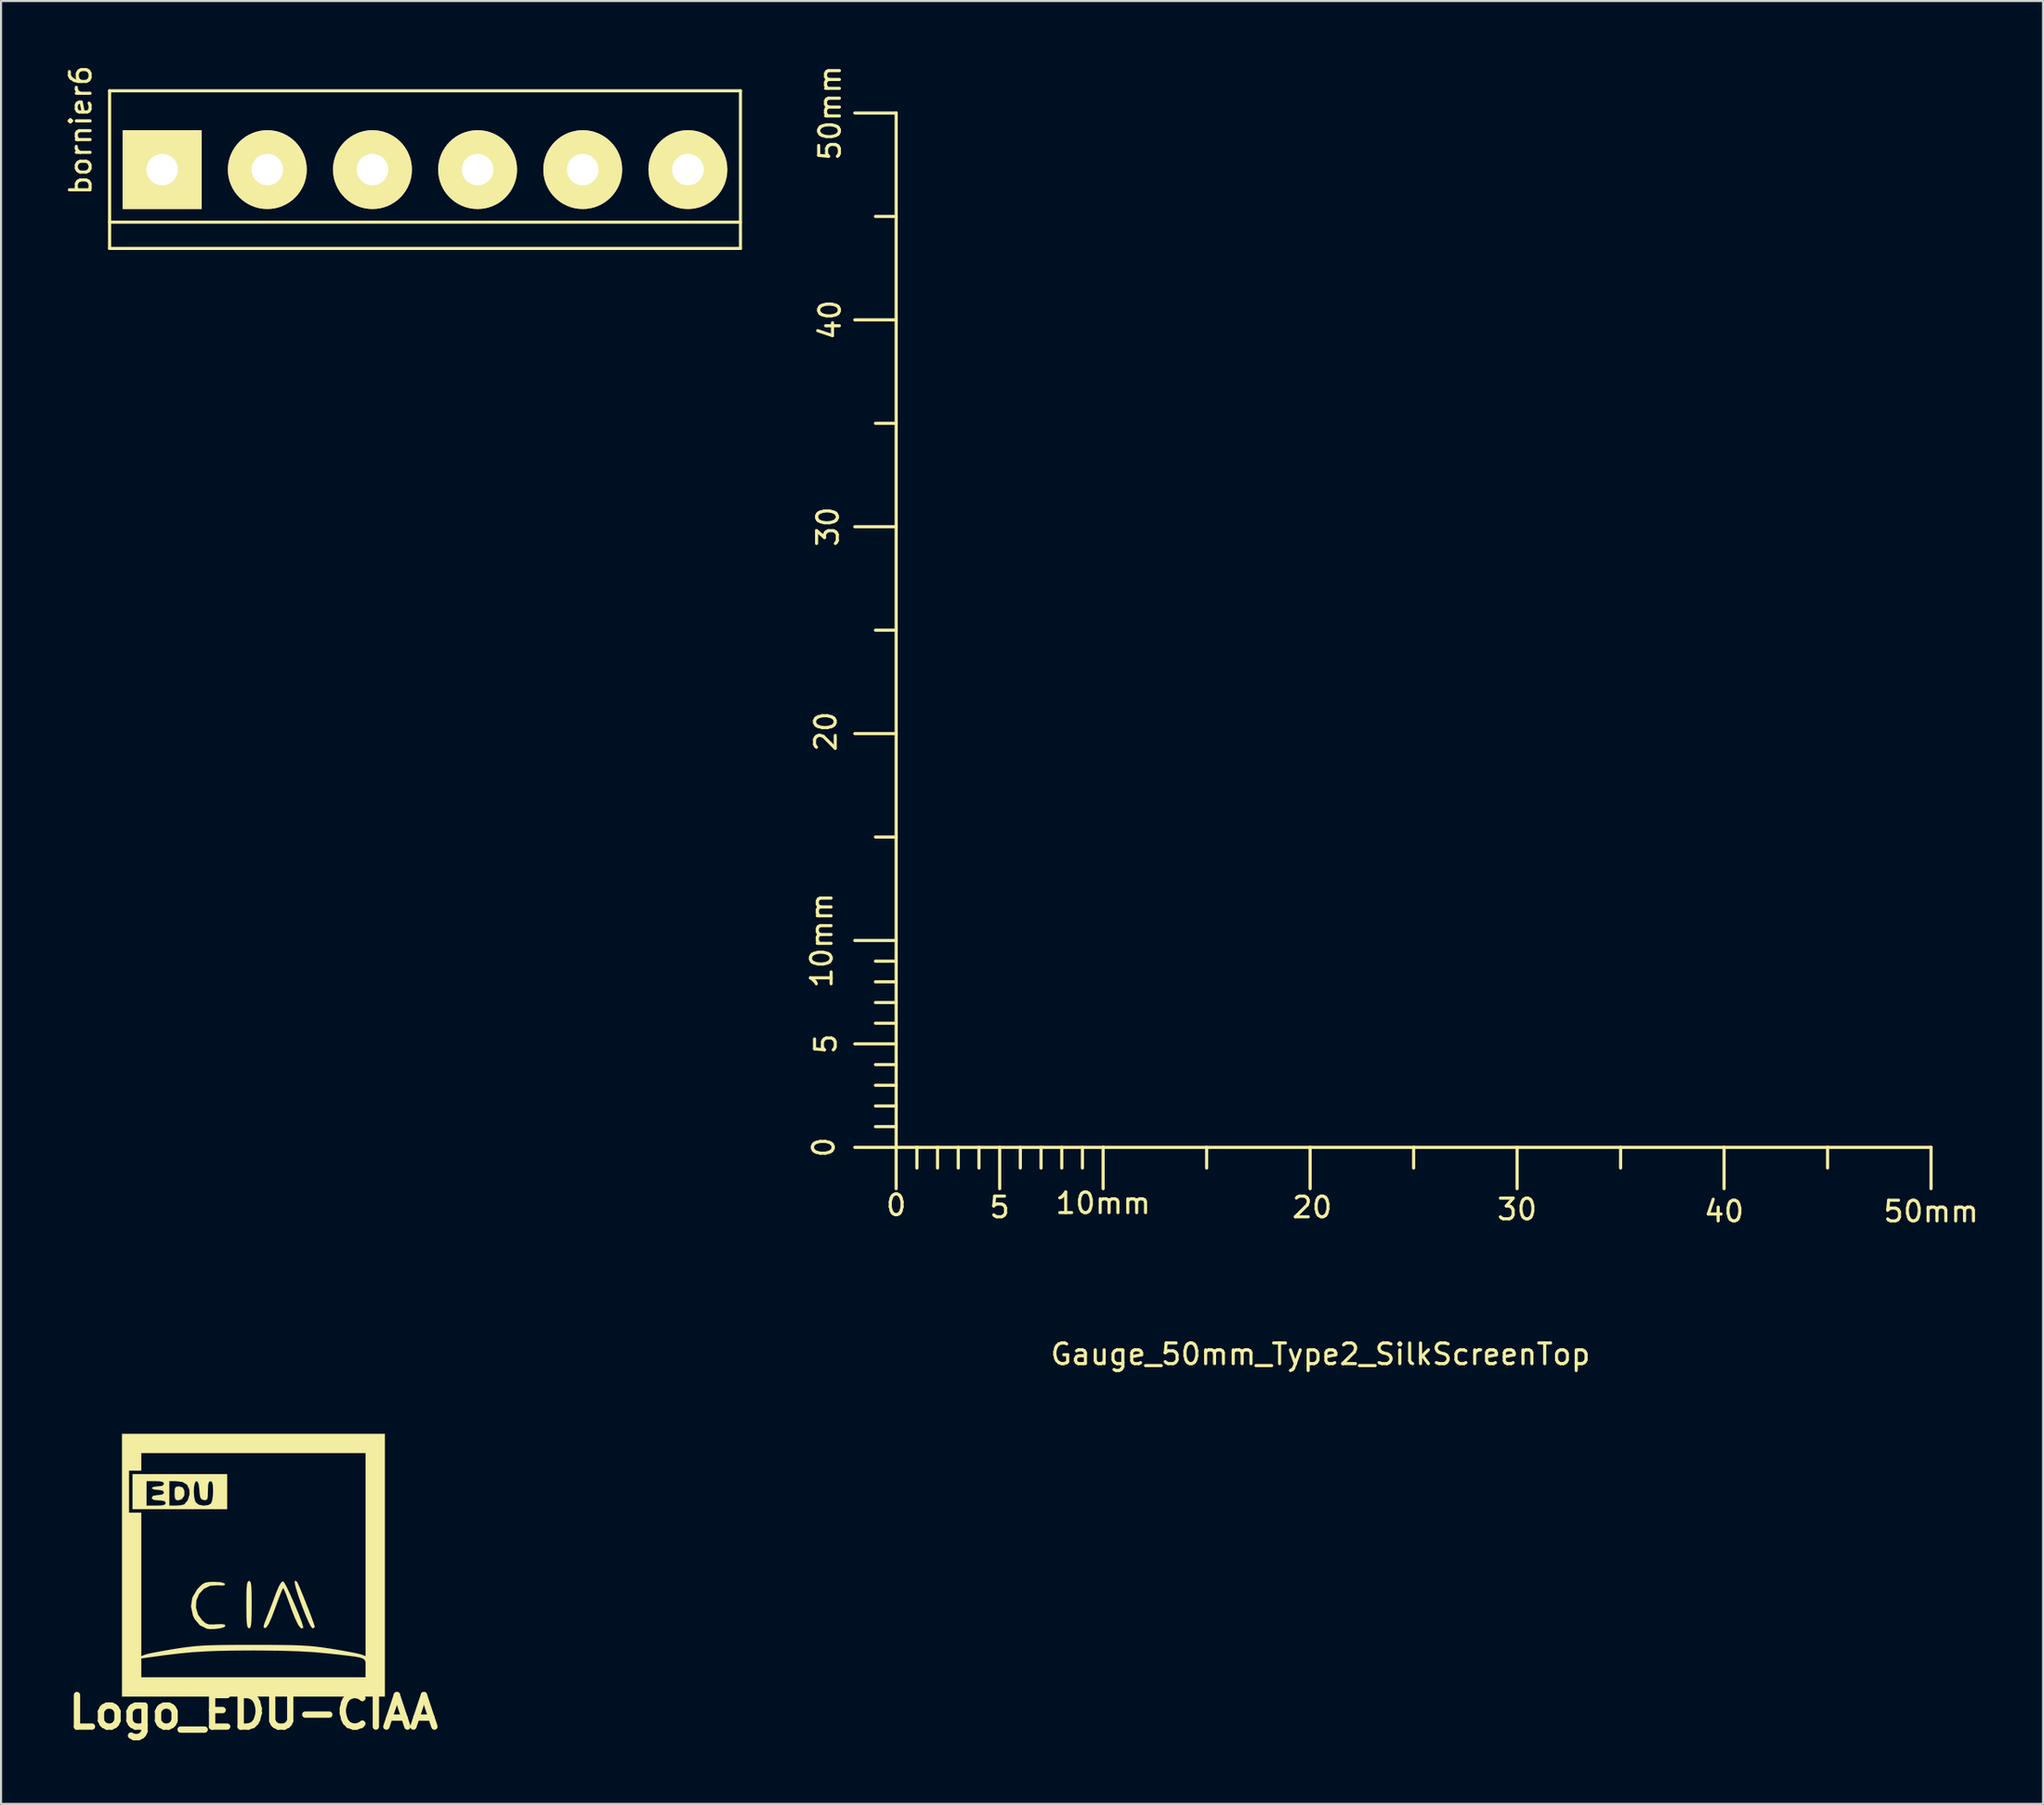
<source format=kicad_pcb>
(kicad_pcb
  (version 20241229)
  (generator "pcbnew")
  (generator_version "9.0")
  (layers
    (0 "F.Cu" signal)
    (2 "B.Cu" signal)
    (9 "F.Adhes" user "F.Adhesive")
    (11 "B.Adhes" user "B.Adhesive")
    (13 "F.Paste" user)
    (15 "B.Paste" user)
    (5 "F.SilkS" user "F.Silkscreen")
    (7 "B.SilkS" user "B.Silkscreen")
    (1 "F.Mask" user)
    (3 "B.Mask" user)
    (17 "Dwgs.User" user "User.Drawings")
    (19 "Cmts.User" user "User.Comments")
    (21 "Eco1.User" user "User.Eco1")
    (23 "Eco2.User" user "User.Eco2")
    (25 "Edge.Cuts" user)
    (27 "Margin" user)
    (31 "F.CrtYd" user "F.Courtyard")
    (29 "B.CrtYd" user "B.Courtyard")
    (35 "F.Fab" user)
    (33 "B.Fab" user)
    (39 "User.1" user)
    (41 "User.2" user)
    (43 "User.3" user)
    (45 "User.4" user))
  (footprint "Logo_EDU-CIAA"
    (layer "F.Cu")
    (at 9.195 72.613)
    (property "Reference" "Logo_EDU-CIAA" (at 0 7.112 0) (layer "F.SilkS") (effects (font (size 1.524 1.524) (thickness 0.305))))
    (attr through_hole)
    (fp_poly (pts (xy -3.338 -3.599) (xy -3.343 -3.358) (xy -3.47 -3.188) (xy -3.653 -3.134) (xy -3.757 -3.167) (xy -3.802 -3.292) (xy -3.81 -3.472) (xy -3.8 -3.691) (xy -3.744 -3.787) (xy -3.617 -3.81) (xy -3.602 -3.81) (xy -3.421 -3.759) (xy -3.338 -3.599)) (stroke (width 0.003) (type solid)) (fill yes) (layer "F.SilkS"))
    (fp_poly (pts (xy 2.962 2.987) (xy 2.896 3.043) (xy 2.852 3.048) (xy 2.784 2.972) (xy 2.672 2.758) (xy 2.53 2.436) (xy 2.37 2.029) (xy 2.337 1.941) (xy 2.151 1.415) (xy 2.037 1.041) (xy 1.991 0.818) (xy 2.017 0.744) (xy 2.106 0.808) (xy 2.159 0.912) (xy 2.256 1.133) (xy 2.383 1.443) (xy 2.525 1.796) (xy 2.67 2.162) (xy 2.797 2.499) (xy 2.898 2.776) (xy 2.954 2.949) (xy 2.962 2.987)) (stroke (width 0.003) (type solid)) (fill yes) (layer "F.SilkS"))
    (fp_poly (pts (xy -0.086 1.905) (xy -0.089 2.372) (xy -0.099 2.695) (xy -0.119 2.901) (xy -0.15 3.007) (xy -0.198 3.045) (xy -0.213 3.048) (xy -0.264 3.023) (xy -0.3 2.934) (xy -0.323 2.756) (xy -0.335 2.464) (xy -0.34 2.032) (xy -0.34 1.905) (xy -0.338 1.435) (xy -0.328 1.113) (xy -0.307 0.907) (xy -0.274 0.8) (xy -0.226 0.762) (xy -0.213 0.762) (xy -0.16 0.785) (xy -0.124 0.874) (xy -0.102 1.052) (xy -0.091 1.344) (xy -0.086 1.775) (xy -0.086 1.905)) (stroke (width 0.003) (type solid)) (fill yes) (layer "F.SilkS"))
    (fp_poly (pts (xy -1.364 2.949) (xy -1.42 2.992) (xy -1.582 3.043) (xy -1.831 3.078) (xy -2.085 3.089) (xy -2.24 3.073) (xy -2.593 2.898) (xy -2.847 2.591) (xy -2.921 2.436) (xy -3.018 1.986) (xy -2.949 1.56) (xy -2.715 1.166) (xy -2.667 1.113) (xy -2.492 0.937) (xy -2.334 0.846) (xy -2.123 0.81) (xy -1.902 0.805) (xy -1.58 0.823) (xy -1.405 0.876) (xy -1.379 0.909) (xy -1.402 0.97) (xy -1.552 0.983) (xy -1.709 0.968) (xy -2.088 0.991) (xy -2.398 1.143) (xy -2.629 1.392) (xy -2.758 1.704) (xy -2.779 2.05) (xy -2.675 2.395) (xy -2.477 2.664) (xy -2.319 2.802) (xy -2.159 2.863) (xy -1.93 2.868) (xy -1.801 2.857) (xy -1.519 2.85) (xy -1.369 2.883) (xy -1.364 2.949)) (stroke (width 0.003) (type solid)) (fill yes) (layer "F.SilkS"))
    (fp_poly (pts (xy 2.403 3.035) (xy 2.304 3.053) (xy 2.177 2.903) (xy 2.022 2.593) (xy 1.836 2.121) (xy 1.808 2.037) (xy 1.676 1.671) (xy 1.562 1.372) (xy 1.478 1.171) (xy 1.438 1.1) (xy 1.394 1.176) (xy 1.308 1.379) (xy 1.191 1.681) (xy 1.057 2.05) (xy 1.057 2.052) (xy 0.879 2.522) (xy 0.737 2.835) (xy 0.625 3) (xy 0.574 3.03) (xy 0.505 3.025) (xy 0.493 2.959) (xy 0.538 2.797) (xy 0.645 2.522) (xy 0.79 2.156) (xy 0.953 1.727) (xy 1.085 1.372) (xy 1.232 1.016) (xy 1.351 0.823) (xy 1.435 0.78) (xy 1.499 0.861) (xy 1.608 1.062) (xy 1.748 1.354) (xy 1.902 1.699) (xy 2.06 2.065) (xy 2.205 2.416) (xy 2.319 2.715) (xy 2.39 2.934) (xy 2.403 3.035)) (stroke (width 0.003) (type solid)) (fill yes) (layer "F.SilkS"))
    (fp_poly (pts (xy 6.35 6.35) (xy 5.42 6.35) (xy 5.42 4.801) (xy 5.418 4.737) (xy 5.418 4.397) (xy 5.418 -0.511) (xy 5.418 -5.42) (xy 0 -5.42) (xy -5.42 -5.42) (xy -5.42 -4.996) (xy -5.42 -4.572) (xy -5.715 -4.572) (xy -6.012 -4.572) (xy -6.012 -3.556) (xy -6.012 -2.54) (xy -5.715 -2.54) (xy -5.42 -2.54) (xy -5.42 0.927) (xy -5.42 4.397) (xy -5.215 4.318) (xy -5.06 4.277) (xy -4.773 4.219) (xy -4.392 4.148) (xy -3.952 4.072) (xy -3.797 4.046) (xy -3.424 3.988) (xy -3.081 3.945) (xy -2.741 3.909) (xy -2.375 3.884) (xy -1.956 3.868) (xy -1.455 3.858) (xy -0.846 3.853) (xy -0.097 3.851) (xy 0 3.851) (xy 0.765 3.853) (xy 1.389 3.858) (xy 1.902 3.866) (xy 2.329 3.884) (xy 2.7 3.907) (xy 3.04 3.94) (xy 3.381 3.983) (xy 3.749 4.039) (xy 3.795 4.046) (xy 4.244 4.122) (xy 4.651 4.196) (xy 4.973 4.26) (xy 5.177 4.308) (xy 5.212 4.318) (xy 5.418 4.397) (xy 5.418 4.737) (xy 5.415 4.676) (xy 5.382 4.585) (xy 5.298 4.516) (xy 5.146 4.463) (xy 4.905 4.417) (xy 4.552 4.371) (xy 4.067 4.315) (xy 3.597 4.265) (xy 2.946 4.204) (xy 2.202 4.161) (xy 1.346 4.133) (xy 0.351 4.122) (xy 0 4.12) (xy -0.892 4.125) (xy -1.656 4.138) (xy -2.334 4.166) (xy -2.967 4.206) (xy -3.597 4.267) (xy -4.265 4.346) (xy -4.763 4.415) (xy -5.42 4.506) (xy -5.42 4.961) (xy -5.42 5.418) (xy 0 5.418) (xy 5.418 5.418) (xy 5.418 4.961) (xy 5.42 4.801) (xy 5.42 6.35) (xy 0 6.35) (xy -6.35 6.35) (xy -6.35 0) (xy -6.35 -6.35) (xy 0 -6.35) (xy 6.35 -6.35) (xy 6.35 0) (xy 6.35 6.35)) (stroke (width 0.003) (type solid)) (fill yes) (layer "F.SilkS"))
    (fp_poly (pts (xy -1.27 -2.71) (xy -1.948 -2.71) (xy -1.948 -3.574) (xy -1.958 -3.863) (xy -1.996 -4.016) (xy -2.068 -4.064) (xy -2.075 -4.064) (xy -2.151 -4.023) (xy -2.192 -3.879) (xy -2.202 -3.597) (xy -2.202 -3.594) (xy -2.207 -3.325) (xy -2.235 -3.188) (xy -2.299 -3.145) (xy -2.393 -3.15) (xy -2.507 -3.188) (xy -2.57 -3.289) (xy -2.601 -3.498) (xy -2.609 -3.619) (xy -2.642 -3.904) (xy -2.7 -4.041) (xy -2.758 -4.064) (xy -2.83 -3.99) (xy -2.87 -3.802) (xy -2.883 -3.551) (xy -2.863 -3.294) (xy -2.809 -3.081) (xy -2.791 -3.043) (xy -2.647 -2.926) (xy -2.418 -2.878) (xy -2.187 -2.906) (xy -2.05 -2.982) (xy -1.994 -3.117) (xy -1.958 -3.36) (xy -1.948 -3.574) (xy -1.948 -2.71) (xy -3.086 -2.71) (xy -3.086 -3.421) (xy -3.094 -3.647) (xy -3.205 -3.889) (xy -3.429 -4.026) (xy -3.764 -4.064) (xy -4.064 -4.064) (xy -4.064 -3.472) (xy -4.064 -2.88) (xy -3.747 -2.88) (xy -3.515 -2.898) (xy -3.353 -2.936) (xy -3.338 -2.944) (xy -3.172 -3.142) (xy -3.086 -3.421) (xy -3.086 -2.71) (xy -3.556 -2.71) (xy -4.234 -2.71) (xy -4.234 -3.007) (xy -4.29 -3.096) (xy -4.475 -3.132) (xy -4.572 -3.134) (xy -4.808 -3.155) (xy -4.905 -3.223) (xy -4.912 -3.261) (xy -4.849 -3.355) (xy -4.643 -3.388) (xy -4.615 -3.388) (xy -4.397 -3.416) (xy -4.321 -3.503) (xy -4.318 -3.515) (xy -4.384 -3.609) (xy -4.59 -3.642) (xy -4.615 -3.642) (xy -4.811 -3.663) (xy -4.91 -3.716) (xy -4.912 -3.726) (xy -4.839 -3.782) (xy -4.653 -3.81) (xy -4.615 -3.81) (xy -4.397 -3.838) (xy -4.321 -3.927) (xy -4.318 -3.937) (xy -4.364 -4.018) (xy -4.521 -4.056) (xy -4.742 -4.064) (xy -5.166 -4.064) (xy -5.166 -3.472) (xy -5.166 -2.88) (xy -4.699 -2.88) (xy -4.42 -2.891) (xy -4.275 -2.931) (xy -4.234 -3.007) (xy -4.234 -2.71) (xy -5.842 -2.71) (xy -5.842 -3.556) (xy -5.842 -4.404) (xy -3.556 -4.404) (xy -1.27 -4.404) (xy -1.27 -3.556) (xy -1.27 -2.71)) (stroke (width 0.003) (type solid)) (fill yes) (layer "F.SilkS")))
  (footprint "Gauge_50mm_Type2_SilkScreenTop"
    (layer "F.Cu")
    (at 40.248 52.413)
    (property "Reference" "Gauge_50mm_Type2_SilkScreenTop" (at 20.5 10 0) (layer "F.SilkS") (effects (font (size 1 1) (thickness 0.15))))
    (attr through_hole)
    (fp_line (start 0 -50) (end -1.999 -50) (stroke (width 0.15) (type solid)) (layer "F.SilkS"))
    (fp_line (start 0 -45.001) (end -1.001 -45.001) (stroke (width 0.15) (type solid)) (layer "F.SilkS"))
    (fp_line (start 0 -40) (end -1.999 -40) (stroke (width 0.15) (type solid)) (layer "F.SilkS"))
    (fp_line (start 0 -35.001) (end -1.001 -35.001) (stroke (width 0.15) (type solid)) (layer "F.SilkS"))
    (fp_line (start 0 -30) (end -1.999 -30) (stroke (width 0.15) (type solid)) (layer "F.SilkS"))
    (fp_line (start 0 -25.001) (end -1.001 -25.001) (stroke (width 0.15) (type solid)) (layer "F.SilkS"))
    (fp_line (start 0 -20) (end -1.999 -20) (stroke (width 0.15) (type solid)) (layer "F.SilkS"))
    (fp_line (start 0 -15.001) (end -1.001 -15.001) (stroke (width 0.15) (type solid)) (layer "F.SilkS"))
    (fp_line (start 0 -10) (end -1.999 -10) (stroke (width 0.15) (type solid)) (layer "F.SilkS"))
    (fp_line (start 0 -8.999) (end -1.001 -8.999) (stroke (width 0.15) (type solid)) (layer "F.SilkS"))
    (fp_line (start 0 -8.001) (end -1.001 -8.001) (stroke (width 0.15) (type solid)) (layer "F.SilkS"))
    (fp_line (start 0 -7) (end -1.001 -7) (stroke (width 0.15) (type solid)) (layer "F.SilkS"))
    (fp_line (start 0 -5.999) (end -1.001 -5.999) (stroke (width 0.15) (type solid)) (layer "F.SilkS"))
    (fp_line (start 0 -5.001) (end -1.999 -5.001) (stroke (width 0.15) (type solid)) (layer "F.SilkS"))
    (fp_line (start 0 -4) (end -1.001 -4) (stroke (width 0.15) (type solid)) (layer "F.SilkS"))
    (fp_line (start 0 -3) (end -1.001 -3) (stroke (width 0.15) (type solid)) (layer "F.SilkS"))
    (fp_line (start 0 -1.999) (end -1.001 -1.999) (stroke (width 0.15) (type solid)) (layer "F.SilkS"))
    (fp_line (start 0 -1.001) (end -1.001 -1.001) (stroke (width 0.15) (type solid)) (layer "F.SilkS"))
    (fp_line (start 0 0) (end -1.999 0) (stroke (width 0.15) (type solid)) (layer "F.SilkS"))
    (fp_line (start 0 0) (end 0 -50) (stroke (width 0.15) (type solid)) (layer "F.SilkS"))
    (fp_line (start 0 0) (end 0 1.999) (stroke (width 0.15) (type solid)) (layer "F.SilkS"))
    (fp_line (start 0 0) (end 10 0) (stroke (width 0.15) (type solid)) (layer "F.SilkS"))
    (fp_line (start 1.001 0) (end 1.001 1.001) (stroke (width 0.15) (type solid)) (layer "F.SilkS"))
    (fp_line (start 1.999 0) (end 1.999 1.001) (stroke (width 0.15) (type solid)) (layer "F.SilkS"))
    (fp_line (start 3 0) (end 3 1.001) (stroke (width 0.15) (type solid)) (layer "F.SilkS"))
    (fp_line (start 4 0) (end 4 1.001) (stroke (width 0.15) (type solid)) (layer "F.SilkS"))
    (fp_line (start 5.001 0) (end 5.001 1.999) (stroke (width 0.15) (type solid)) (layer "F.SilkS"))
    (fp_line (start 5.999 0) (end 5.999 1.001) (stroke (width 0.15) (type solid)) (layer "F.SilkS"))
    (fp_line (start 7 0) (end 7 1.001) (stroke (width 0.15) (type solid)) (layer "F.SilkS"))
    (fp_line (start 8.001 0) (end 8.001 1.001) (stroke (width 0.15) (type solid)) (layer "F.SilkS"))
    (fp_line (start 8.999 0) (end 8.999 1.001) (stroke (width 0.15) (type solid)) (layer "F.SilkS"))
    (fp_line (start 10 0) (end 10 1.999) (stroke (width 0.15) (type solid)) (layer "F.SilkS"))
    (fp_line (start 10 0) (end 50 0) (stroke (width 0.15) (type solid)) (layer "F.SilkS"))
    (fp_line (start 15.001 0) (end 15.001 1.001) (stroke (width 0.15) (type solid)) (layer "F.SilkS"))
    (fp_line (start 20 0) (end 20 1.999) (stroke (width 0.15) (type solid)) (layer "F.SilkS"))
    (fp_line (start 25.001 0) (end 25.001 1.001) (stroke (width 0.15) (type solid)) (layer "F.SilkS"))
    (fp_line (start 30 0) (end 30 1.999) (stroke (width 0.15) (type solid)) (layer "F.SilkS"))
    (fp_line (start 35.001 0) (end 35.001 1.001) (stroke (width 0.15) (type solid)) (layer "F.SilkS"))
    (fp_line (start 40 0) (end 40 1.999) (stroke (width 0.15) (type solid)) (layer "F.SilkS"))
    (fp_line (start 45.001 0) (end 45.001 1.001) (stroke (width 0.15) (type solid)) (layer "F.SilkS"))
    (fp_line (start 50 0) (end 50 1.999) (stroke (width 0.15) (type solid)) (layer "F.SilkS"))
    (fp_text user "40" (at -3.198 -40.002 90) (layer "F.SilkS") (effects (font (size 1 1) (thickness 0.15))))
    (fp_text user "5" (at -3.399 -5.001 90) (layer "F.SilkS") (effects (font (size 1 1) (thickness 0.15))))
    (fp_text user "10mm" (at 10 2.7 0) (layer "F.SilkS") (effects (font (size 1 1) (thickness 0.15))))
    (fp_text user "40" (at 40 3.101 0) (layer "F.SilkS") (effects (font (size 1 1) (thickness 0.15))))
    (fp_text user "0" (at 0 2.799 0) (layer "F.SilkS") (effects (font (size 1 1) (thickness 0.15))))
    (fp_text user "50mm" (at -3.198 -50.002 90) (layer "F.SilkS") (effects (font (size 1 1) (thickness 0.15))))
    (fp_text user "50mm" (at 50 3.101 0) (layer "F.SilkS") (effects (font (size 1 1) (thickness 0.15))))
    (fp_text user "20" (at 20.099 2.901 0) (layer "F.SilkS") (effects (font (size 1 1) (thickness 0.15))))
    (fp_text user "20" (at -3.399 -20.102 90) (layer "F.SilkS") (effects (font (size 1 1) (thickness 0.15))))
    (fp_text user "30" (at -3.299 -30.002 90) (layer "F.SilkS") (effects (font (size 1 1) (thickness 0.15))))
    (fp_text user "0" (at -3.5 -0.003 90) (layer "F.SilkS") (effects (font (size 1 1) (thickness 0.15))))
    (fp_text user "10mm" (at -3.599 -10.003 90) (layer "F.SilkS") (effects (font (size 1 1) (thickness 0.15))))
    (fp_text user "30" (at 30 3 0) (layer "F.SilkS") (effects (font (size 1 1) (thickness 0.15))))
    (fp_text user "5" (at 4.999 2.901 0) (layer "F.SilkS") (effects (font (size 1 1) (thickness 0.15)))))
  (footprint "bornier6"
    (layer "F.Cu")
    (at 17.485 5.149)
    (property "Reference" "bornier6" (at -16.637 -1.905 90) (layer "F.SilkS") (effects (font (size 1 1) (thickness 0.15))))
    (attr through_hole)
    (fp_line (start -15.24 -3.81) (end -15.24 3.81) (stroke (width 0.15) (type solid)) (layer "F.SilkS"))
    (fp_line (start -15.24 -3.81) (end 15.24 -3.81) (stroke (width 0.15) (type solid)) (layer "F.SilkS"))
    (fp_line (start -15.24 2.54) (end 15.24 2.54) (stroke (width 0.15) (type solid)) (layer "F.SilkS"))
    (fp_line (start -15.24 3.81) (end 15.24 3.81) (stroke (width 0.15) (type solid)) (layer "F.SilkS"))
    (fp_line (start 15.24 3.81) (end 15.24 -3.81) (stroke (width 0.15) (type solid)) (layer "F.SilkS"))
    (pad "1" thru_hole rect (at -12.7 0) (size 3.81 3.81) (drill 1.524) (layers "*.Cu" "*.Mask" "F.SilkS"))
    (pad "2" thru_hole circle (at -7.62 0) (size 3.81 3.81) (drill 1.524) (layers "*.Cu" "*.Mask" "F.SilkS"))
    (pad "3" thru_hole circle (at -2.54 0) (size 3.81 3.81) (drill 1.524) (layers "*.Cu" "*.Mask" "F.SilkS"))
    (pad "4" thru_hole circle (at 2.54 0) (size 3.81 3.81) (drill 1.524) (layers "*.Cu" "*.Mask" "F.SilkS"))
    (pad "5" thru_hole circle (at 7.62 0) (size 3.81 3.81) (drill 1.524) (layers "*.Cu" "*.Mask" "F.SilkS"))
    (pad "6" thru_hole circle (at 12.7 0) (size 3.81 3.81) (drill 1.524) (layers "*.Cu" "*.Mask" "F.SilkS")))
  (gr_rect
    (start -3 -3)
    (end 95.658 84.151)
    (stroke (width 0.1) (type default))
    (fill no)
    (layer "Edge.Cuts")))
</source>
